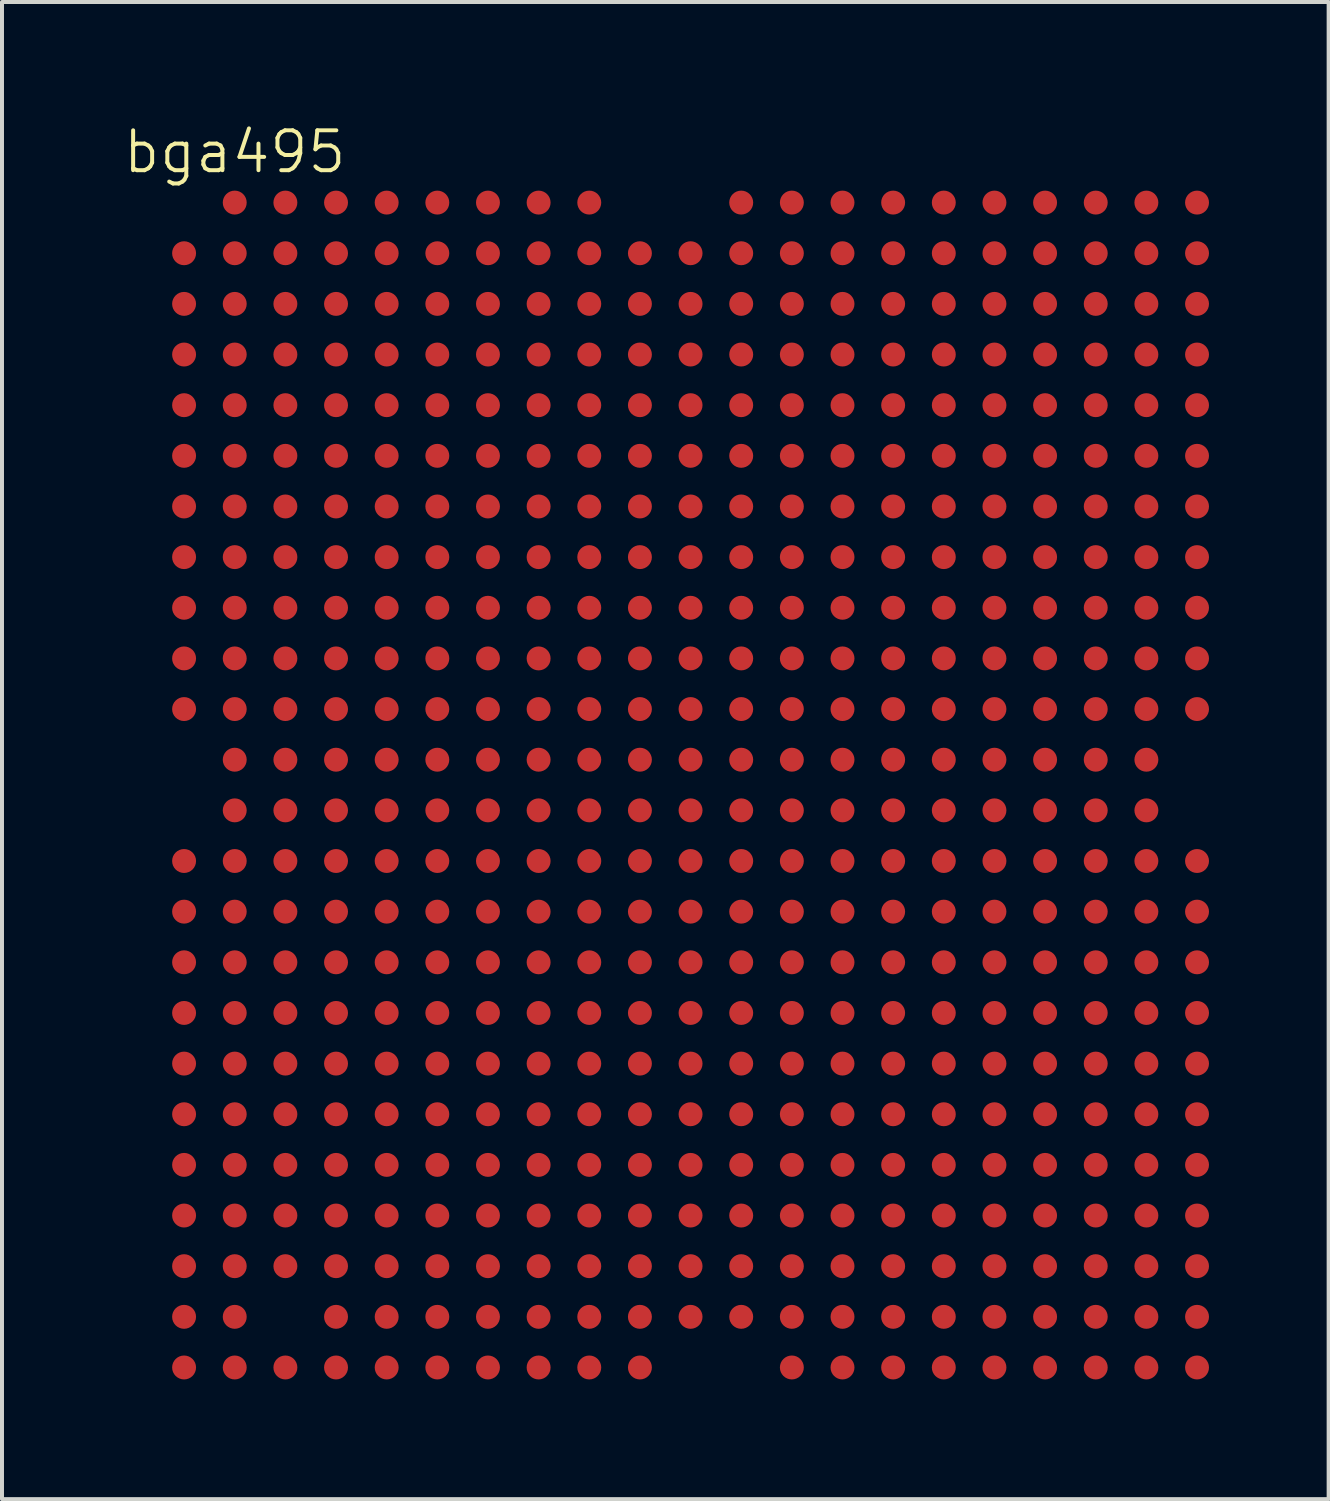
<source format=kicad_pcb>
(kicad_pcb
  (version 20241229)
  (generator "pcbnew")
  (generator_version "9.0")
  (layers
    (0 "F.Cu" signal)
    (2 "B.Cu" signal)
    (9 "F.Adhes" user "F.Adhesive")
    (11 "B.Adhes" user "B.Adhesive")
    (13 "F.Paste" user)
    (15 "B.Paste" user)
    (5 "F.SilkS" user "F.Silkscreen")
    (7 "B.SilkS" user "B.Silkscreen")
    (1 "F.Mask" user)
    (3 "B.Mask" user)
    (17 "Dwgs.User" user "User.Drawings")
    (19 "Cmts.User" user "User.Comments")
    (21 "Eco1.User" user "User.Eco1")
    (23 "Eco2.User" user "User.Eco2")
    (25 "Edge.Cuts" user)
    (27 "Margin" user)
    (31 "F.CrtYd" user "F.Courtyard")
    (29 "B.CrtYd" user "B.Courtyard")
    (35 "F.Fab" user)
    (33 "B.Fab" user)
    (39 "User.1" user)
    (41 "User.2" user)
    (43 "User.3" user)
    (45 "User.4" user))
  (footprint "bga495"
    (layer "F.Cu")
    (at 1.566 2.03)
    (property "Reference" "bga495" (at 1.27 -1.27 0) (unlocked yes) (layer "F.SilkS") (effects (font (size 1 1) (thickness 0.1))))
    (attr smd)
    (pad "A3" smd circle (at 2.54 12.7 90) (size 0.6 0.6) (layers "F.Cu" "F.Mask" "F.Paste"))
    (pad "A4" smd circle (at 2.54 11.43 90) (size 0.6 0.6) (layers "F.Cu" "F.Mask" "F.Paste"))
    (pad "A5" smd circle (at 1.27 10.16 90) (size 0.6 0.6) (layers "F.Cu" "F.Mask" "F.Paste"))
    (pad "A6" smd circle (at 3.81 12.7 90) (size 0.6 0.6) (layers "F.Cu" "F.Mask" "F.Paste"))
    (pad "A7" smd circle (at 0 12.7 90) (size 0.6 0.6) (layers "F.Cu" "F.Mask" "F.Paste"))
    (pad "A8" smd circle (at 5.08 11.43 90) (size 0.6 0.6) (layers "F.Cu" "F.Mask" "F.Paste"))
    (pad "A9" smd circle (at 0 11.43 90) (size 0.6 0.6) (layers "F.Cu" "F.Mask" "F.Paste"))
    (pad "A10" smd circle (at 0 10.16 90) (size 0.6 0.6) (layers "F.Cu" "F.Mask" "F.Paste"))
    (pad "A11" smd circle (at 2.54 10.16 90) (size 0.6 0.6) (layers "F.Cu" "F.Mask" "F.Paste"))
    (pad "A12" smd circle (at 3.81 11.43 90) (size 0.6 0.6) (layers "F.Cu" "F.Mask" "F.Paste"))
    (pad "A13" smd circle (at 0 7.62 90) (size 0.6 0.6) (layers "F.Cu" "F.Mask" "F.Paste"))
    (pad "A14" smd circle (at 0 8.89 90) (size 0.6 0.6) (layers "F.Cu" "F.Mask" "F.Paste"))
    (pad "A15" smd circle (at 3.81 5.08 90) (size 0.6 0.6) (layers "F.Cu" "F.Mask" "F.Paste"))
    (pad "A16" smd circle (at 0 6.35 90) (size 0.6 0.6) (layers "F.Cu" "F.Mask" "F.Paste"))
    (pad "A17" smd circle (at 3.81 6.35 90) (size 0.6 0.6) (layers "F.Cu" "F.Mask" "F.Paste"))
    (pad "A18" smd circle (at 1.27 6.35 90) (size 0.6 0.6) (layers "F.Cu" "F.Mask" "F.Paste"))
    (pad "A19" smd circle (at 0 5.08 90) (size 0.6 0.6) (layers "F.Cu" "F.Mask" "F.Paste"))
    (pad "A20" smd circle (at 3.81 2.54 90) (size 0.6 0.6) (layers "F.Cu" "F.Mask" "F.Paste"))
    (pad "A20M" smd circle (at 11.43 29.21 90) (size 0.6 0.6) (layers "F.Cu" "F.Mask" "F.Paste"))
    (pad "A21" smd circle (at 2.54 3.81 90) (size 0.6 0.6) (layers "F.Cu" "F.Mask" "F.Paste"))
    (pad "A22" smd circle (at 0 3.81 90) (size 0.6 0.6) (layers "F.Cu" "F.Mask" "F.Paste"))
    (pad "A23" smd circle (at 1.27 5.08 90) (size 0.6 0.6) (layers "F.Cu" "F.Mask" "F.Paste"))
    (pad "A24" smd circle (at 5.08 3.81 90) (size 0.6 0.6) (layers "F.Cu" "F.Mask" "F.Paste"))
    (pad "A25" smd circle (at 3.81 3.81 90) (size 0.6 0.6) (layers "F.Cu" "F.Mask" "F.Paste"))
    (pad "A26" smd circle (at 2.54 2.54 90) (size 0.6 0.6) (layers "F.Cu" "F.Mask" "F.Paste"))
    (pad "A27" smd circle (at 0 2.54 90) (size 0.6 0.6) (layers "F.Cu" "F.Mask" "F.Paste"))
    (pad "A28" smd circle (at 2.54 1.27 90) (size 0.6 0.6) (layers "F.Cu" "F.Mask" "F.Paste"))
    (pad "A29" smd circle (at 2.54 0 90) (size 0.6 0.6) (layers "F.Cu" "F.Mask" "F.Paste"))
    (pad "A30" smd circle (at 1.27 1.27 90) (size 0.6 0.6) (layers "F.Cu" "F.Mask" "F.Paste"))
    (pad "A31" smd circle (at 1.27 2.54 90) (size 0.6 0.6) (layers "F.Cu" "F.Mask" "F.Paste"))
    (pad "A32" smd circle (at 3.81 0 90) (size 0.6 0.6) (layers "F.Cu" "F.Mask" "F.Paste"))
    (pad "A33" smd circle (at 5.08 0 90) (size 0.6 0.6) (layers "F.Cu" "F.Mask" "F.Paste"))
    (pad "A34" smd circle (at 3.81 1.27 90) (size 0.6 0.6) (layers "F.Cu" "F.Mask" "F.Paste"))
    (pad "A35" smd circle (at 5.08 2.54 90) (size 0.6 0.6) (layers "F.Cu" "F.Mask" "F.Paste"))
    (pad "ADS" smd circle (at 1.27 26.67 90) (size 0.6 0.6) (layers "F.Cu" "F.Mask" "F.Paste"))
    (pad "AERR" smd circle (at 0 25.4 90) (size 0.6 0.6) (layers "F.Cu" "F.Mask" "F.Paste"))
    (pad "AP0" smd circle (at 0 26.67 90) (size 0.6 0.6) (layers "F.Cu" "F.Mask" "F.Paste"))
    (pad "AP1" smd circle (at 1.27 24.13 90) (size 0.6 0.6) (layers "F.Cu" "F.Mask" "F.Paste"))
    (pad "BCLK" smd circle (at 2.54 13.97 90) (size 0.6 0.6) (layers "F.Cu" "F.Mask" "F.Paste"))
    (pad "BERR" smd circle (at 6.35 5.08 90) (size 0.6 0.6) (layers "F.Cu" "F.Mask" "F.Paste"))
    (pad "BINIT" smd circle (at 25.4 21.59 90) (size 0.6 0.6) (layers "F.Cu" "F.Mask" "F.Paste"))
    (pad "BNR" smd circle (at 3.81 19.05 90) (size 0.6 0.6) (layers "F.Cu" "F.Mask" "F.Paste"))
    (pad "BP2" smd circle (at 25.4 25.4 90) (size 0.6 0.6) (layers "F.Cu" "F.Mask" "F.Paste"))
    (pad "BP3" smd circle (at 25.4 24.13 90) (size 0.6 0.6) (layers "F.Cu" "F.Mask" "F.Paste"))
    (pad "BPM0" smd circle (at 25.4 22.86 90) (size 0.6 0.6) (layers "F.Cu" "F.Mask" "F.Paste"))
    (pad "BPM1" smd circle (at 22.86 22.86 90) (size 0.6 0.6) (layers "F.Cu" "F.Mask" "F.Paste"))
    (pad "BPRI" smd circle (at 3.81 20.32 90) (size 0.6 0.6) (layers "F.Cu" "F.Mask" "F.Paste"))
    (pad "BREQ0" smd circle (at 6.35 2.54 90) (size 0.6 0.6) (layers "F.Cu" "F.Mask" "F.Paste"))
    (pad "BSEL0" smd circle (at 13.97 25.4 90) (size 0.6 0.6) (layers "F.Cu" "F.Mask" "F.Paste"))
    (pad "BSEL1" smd circle (at 17.78 26.67 90) (size 0.6 0.6) (layers "F.Cu" "F.Mask" "F.Paste"))
    (pad "CLKREF" smd circle (at 1.27 16.51 90) (size 0.6 0.6) (layers "F.Cu" "F.Mask" "F.Paste"))
    (pad "CMOSREF" smd circle (at 10.16 25.4 90) (size 0.6 0.6) (layers "F.Cu" "F.Mask" "F.Paste"))
    (pad "CMOSREF" smd circle (at 21.59 29.21 90) (size 0.6 0.6) (layers "F.Cu" "F.Mask" "F.Paste"))
    (pad "D0" smd circle (at 11.43 3.81 90) (size 0.6 0.6) (layers "F.Cu" "F.Mask" "F.Paste"))
    (pad "D1" smd circle (at 12.7 3.81 90) (size 0.6 0.6) (layers "F.Cu" "F.Mask" "F.Paste"))
    (pad "D2" smd circle (at 7.62 2.54 90) (size 0.6 0.6) (layers "F.Cu" "F.Mask" "F.Paste"))
    (pad "D3" smd circle (at 8.89 2.54 90) (size 0.6 0.6) (layers "F.Cu" "F.Mask" "F.Paste"))
    (pad "D4" smd circle (at 10.16 1.27 90) (size 0.6 0.6) (layers "F.Cu" "F.Mask" "F.Paste"))
    (pad "D5" smd circle (at 10.16 0 90) (size 0.6 0.6) (layers "F.Cu" "F.Mask" "F.Paste"))
    (pad "D6" smd circle (at 11.43 2.54 90) (size 0.6 0.6) (layers "F.Cu" "F.Mask" "F.Paste"))
    (pad "D7" smd circle (at 12.7 1.27 90) (size 0.6 0.6) (layers "F.Cu" "F.Mask" "F.Paste"))
    (pad "D8" smd circle (at 13.97 2.54 90) (size 0.6 0.6) (layers "F.Cu" "F.Mask" "F.Paste"))
    (pad "D9" smd circle (at 15.24 1.27 90) (size 0.6 0.6) (layers "F.Cu" "F.Mask" "F.Paste"))
    (pad "D10" smd circle (at 16.51 0 90) (size 0.6 0.6) (layers "F.Cu" "F.Mask" "F.Paste"))
    (pad "D11" smd circle (at 13.97 1.27 90) (size 0.6 0.6) (layers "F.Cu" "F.Mask" "F.Paste"))
    (pad "D12" smd circle (at 13.97 5.08 90) (size 0.6 0.6) (layers "F.Cu" "F.Mask" "F.Paste"))
    (pad "D13" smd circle (at 19.05 1.27 90) (size 0.6 0.6) (layers "F.Cu" "F.Mask" "F.Paste"))
    (pad "D14" smd circle (at 15.24 0 90) (size 0.6 0.6) (layers "F.Cu" "F.Mask" "F.Paste"))
    (pad "D15" smd circle (at 15.24 3.81 90) (size 0.6 0.6) (layers "F.Cu" "F.Mask" "F.Paste"))
    (pad "D16" smd circle (at 17.78 3.81 90) (size 0.6 0.6) (layers "F.Cu" "F.Mask" "F.Paste"))
    (pad "D17" smd circle (at 13.97 3.81 90) (size 0.6 0.6) (layers "F.Cu" "F.Mask" "F.Paste"))
    (pad "D18" smd circle (at 16.51 1.27 90) (size 0.6 0.6) (layers "F.Cu" "F.Mask" "F.Paste"))
    (pad "D19" smd circle (at 16.51 5.08 90) (size 0.6 0.6) (layers "F.Cu" "F.Mask" "F.Paste"))
    (pad "D20" smd circle (at 15.24 2.54 90) (size 0.6 0.6) (layers "F.Cu" "F.Mask" "F.Paste"))
    (pad "D21" smd circle (at 22.86 0 90) (size 0.6 0.6) (layers "F.Cu" "F.Mask" "F.Paste"))
    (pad "D22" smd circle (at 20.32 1.27 90) (size 0.6 0.6) (layers "F.Cu" "F.Mask" "F.Paste"))
    (pad "D23" smd circle (at 21.59 0 90) (size 0.6 0.6) (layers "F.Cu" "F.Mask" "F.Paste"))
    (pad "D24" smd circle (at 20.32 2.54 90) (size 0.6 0.6) (layers "F.Cu" "F.Mask" "F.Paste"))
    (pad "D25" smd circle (at 20.32 3.81 90) (size 0.6 0.6) (layers "F.Cu" "F.Mask" "F.Paste"))
    (pad "D26" smd circle (at 21.59 2.54 90) (size 0.6 0.6) (layers "F.Cu" "F.Mask" "F.Paste"))
    (pad "D27" smd circle (at 22.86 1.27 90) (size 0.6 0.6) (layers "F.Cu" "F.Mask" "F.Paste"))
    (pad "D28" smd circle (at 21.59 3.81 90) (size 0.6 0.6) (layers "F.Cu" "F.Mask" "F.Paste"))
    (pad "D29" smd circle (at 24.13 1.27 90) (size 0.6 0.6) (layers "F.Cu" "F.Mask" "F.Paste"))
    (pad "D30" smd circle (at 24.13 0 90) (size 0.6 0.6) (layers "F.Cu" "F.Mask" "F.Paste"))
    (pad "D31" smd circle (at 25.4 1.27 90) (size 0.6 0.6) (layers "F.Cu" "F.Mask" "F.Paste"))
    (pad "D32" smd circle (at 22.86 3.81 90) (size 0.6 0.6) (layers "F.Cu" "F.Mask" "F.Paste"))
    (pad "D33" smd circle (at 25.4 2.54 90) (size 0.6 0.6) (layers "F.Cu" "F.Mask" "F.Paste"))
    (pad "D34" smd circle (at 21.59 5.08 90) (size 0.6 0.6) (layers "F.Cu" "F.Mask" "F.Paste"))
    (pad "D35" smd circle (at 24.13 2.54 90) (size 0.6 0.6) (layers "F.Cu" "F.Mask" "F.Paste"))
    (pad "D36" smd circle (at 22.86 6.35 90) (size 0.6 0.6) (layers "F.Cu" "F.Mask" "F.Paste"))
    (pad "D37" smd circle (at 24.13 3.81 90) (size 0.6 0.6) (layers "F.Cu" "F.Mask" "F.Paste"))
    (pad "D38" smd circle (at 25.4 3.81 90) (size 0.6 0.6) (layers "F.Cu" "F.Mask" "F.Paste"))
    (pad "D39" smd circle (at 21.59 8.89 90) (size 0.6 0.6) (layers "F.Cu" "F.Mask" "F.Paste"))
    (pad "D40" smd circle (at 21.59 6.35 90) (size 0.6 0.6) (layers "F.Cu" "F.Mask" "F.Paste"))
    (pad "D41" smd circle (at 21.59 10.16 90) (size 0.6 0.6) (layers "F.Cu" "F.Mask" "F.Paste"))
    (pad "D42" smd circle (at 25.4 6.35 90) (size 0.6 0.6) (layers "F.Cu" "F.Mask" "F.Paste"))
    (pad "D43" smd circle (at 24.13 5.08 90) (size 0.6 0.6) (layers "F.Cu" "F.Mask" "F.Paste"))
    (pad "D44" smd circle (at 22.86 8.89 90) (size 0.6 0.6) (layers "F.Cu" "F.Mask" "F.Paste"))
    (pad "D45" smd circle (at 25.4 5.08 90) (size 0.6 0.6) (layers "F.Cu" "F.Mask" "F.Paste"))
    (pad "D46" smd circle (at 24.13 10.16 90) (size 0.6 0.6) (layers "F.Cu" "F.Mask" "F.Paste"))
    (pad "D47" smd circle (at 25.4 8.89 90) (size 0.6 0.6) (layers "F.Cu" "F.Mask" "F.Paste"))
    (pad "D48" smd circle (at 21.59 12.7 90) (size 0.6 0.6) (layers "F.Cu" "F.Mask" "F.Paste"))
    (pad "D49" smd circle (at 24.13 7.62 90) (size 0.6 0.6) (layers "F.Cu" "F.Mask" "F.Paste"))
    (pad "D50" smd circle (at 21.59 16.51 90) (size 0.6 0.6) (layers "F.Cu" "F.Mask" "F.Paste"))
    (pad "D51" smd circle (at 25.4 7.62 90) (size 0.6 0.6) (layers "F.Cu" "F.Mask" "F.Paste"))
    (pad "D52" smd circle (at 21.59 11.43 90) (size 0.6 0.6) (layers "F.Cu" "F.Mask" "F.Paste"))
    (pad "D53" smd circle (at 25.4 11.43 90) (size 0.6 0.6) (layers "F.Cu" "F.Mask" "F.Paste"))
    (pad "D54" smd circle (at 21.59 13.97 90) (size 0.6 0.6) (layers "F.Cu" "F.Mask" "F.Paste"))
    (pad "D55" smd circle (at 25.4 12.7 90) (size 0.6 0.6) (layers "F.Cu" "F.Mask" "F.Paste"))
    (pad "D56" smd circle (at 22.86 17.78 90) (size 0.6 0.6) (layers "F.Cu" "F.Mask" "F.Paste"))
    (pad "D57" smd circle (at 22.86 11.43 90) (size 0.6 0.6) (layers "F.Cu" "F.Mask" "F.Paste"))
    (pad "D58" smd circle (at 24.13 19.05 90) (size 0.6 0.6) (layers "F.Cu" "F.Mask" "F.Paste"))
    (pad "D59" smd circle (at 25.4 10.16 90) (size 0.6 0.6) (layers "F.Cu" "F.Mask" "F.Paste"))
    (pad "D60" smd circle (at 24.13 12.7 90) (size 0.6 0.6) (layers "F.Cu" "F.Mask" "F.Paste"))
    (pad "D61" smd circle (at 22.86 13.97 90) (size 0.6 0.6) (layers "F.Cu" "F.Mask" "F.Paste"))
    (pad "D62" smd circle (at 21.59 20.32 90) (size 0.6 0.6) (layers "F.Cu" "F.Mask" "F.Paste"))
    (pad "D63" smd circle (at 21.59 17.78 90) (size 0.6 0.6) (layers "F.Cu" "F.Mask" "F.Paste"))
    (pad "DBSY" smd circle (at 2.54 25.4 90) (size 0.6 0.6) (layers "F.Cu" "F.Mask" "F.Paste"))
    (pad "DEFER" smd circle (at 2.54 20.32 90) (size 0.6 0.6) (layers "F.Cu" "F.Mask" "F.Paste"))
    (pad "DEP0" smd circle (at 24.13 21.59 90) (size 0.6 0.6) (layers "F.Cu" "F.Mask" "F.Paste"))
    (pad "DEP1" smd circle (at 25.4 19.05 90) (size 0.6 0.6) (layers "F.Cu" "F.Mask" "F.Paste"))
    (pad "DEP2" smd circle (at 25.4 20.32 90) (size 0.6 0.6) (layers "F.Cu" "F.Mask" "F.Paste"))
    (pad "DEP3" smd circle (at 25.4 17.78 90) (size 0.6 0.6) (layers "F.Cu" "F.Mask" "F.Paste"))
    (pad "DEP4" smd circle (at 21.59 21.59 90) (size 0.6 0.6) (layers "F.Cu" "F.Mask" "F.Paste"))
    (pad "DEP5" smd circle (at 25.4 16.51 90) (size 0.6 0.6) (layers "F.Cu" "F.Mask" "F.Paste"))
    (pad "DEP6" smd circle (at 24.13 16.51 90) (size 0.6 0.6) (layers "F.Cu" "F.Mask" "F.Paste"))
    (pad "DEP7" smd circle (at 22.86 20.32 90) (size 0.6 0.6) (layers "F.Cu" "F.Mask" "F.Paste"))
    (pad "DRDY" smd circle (at 0 19.05 90) (size 0.6 0.6) (layers "F.Cu" "F.Mask" "F.Paste"))
    (pad "EDGECTRL" smd circle (at 19.05 25.4 90) (size 0.6 0.6) (layers "F.Cu" "F.Mask" "F.Paste"))
    (pad "FERR" smd circle (at 13.97 27.94 90) (size 0.6 0.6) (layers "F.Cu" "F.Mask" "F.Paste"))
    (pad "FLUSH" smd circle (at 10.16 27.94 90) (size 0.6 0.6) (layers "F.Cu" "F.Mask" "F.Paste"))
    (pad "GHI" smd circle (at 1.27 17.78 90) (size 0.6 0.6) (layers "F.Cu" "F.Mask" "F.Paste"))
    (pad "HIT" smd circle (at 0 21.59 90) (size 0.6 0.6) (layers "F.Cu" "F.Mask" "F.Paste"))
    (pad "HITM" smd circle (at 3.81 24.13 90) (size 0.6 0.6) (layers "F.Cu" "F.Mask" "F.Paste"))
    (pad "IERR" smd circle (at 10.16 29.21 90) (size 0.6 0.6) (layers "F.Cu" "F.Mask" "F.Paste"))
    (pad "IGNNE" smd circle (at 15.24 27.94 90) (size 0.6 0.6) (layers "F.Cu" "F.Mask" "F.Paste"))
    (pad "INIT" smd circle (at 11.43 25.4 90) (size 0.6 0.6) (layers "F.Cu" "F.Mask" "F.Paste"))
    (pad "LINT0" smd circle (at 21.59 26.67 90) (size 0.6 0.6) (layers "F.Cu" "F.Mask" "F.Paste"))
    (pad "LINT1" smd circle (at 22.86 27.94 90) (size 0.6 0.6) (layers "F.Cu" "F.Mask" "F.Paste"))
    (pad "LOCK" smd circle (at 0 17.78 90) (size 0.6 0.6) (layers "F.Cu" "F.Mask" "F.Paste"))
    (pad "NC" smd circle (at 1.27 7.62 90) (size 0.6 0.6) (layers "F.Cu" "F.Mask" "F.Paste"))
    (pad "NC" smd circle (at 2.54 8.89 90) (size 0.6 0.6) (layers "F.Cu" "F.Mask" "F.Paste"))
    (pad "NC" smd circle (at 2.54 16.51 90) (size 0.6 0.6) (layers "F.Cu" "F.Mask" "F.Paste"))
    (pad "NC" smd circle (at 3.81 13.97 90) (size 0.6 0.6) (layers "F.Cu" "F.Mask" "F.Paste"))
    (pad "NC" smd circle (at 3.81 16.51 90) (size 0.6 0.6) (layers "F.Cu" "F.Mask" "F.Paste"))
    (pad "NC" smd circle (at 5.08 7.62 90) (size 0.6 0.6) (layers "F.Cu" "F.Mask" "F.Paste"))
    (pad "NC" smd circle (at 5.08 8.89 90) (size 0.6 0.6) (layers "F.Cu" "F.Mask" "F.Paste"))
    (pad "NC" smd circle (at 5.08 10.16 90) (size 0.6 0.6) (layers "F.Cu" "F.Mask" "F.Paste"))
    (pad "NC" smd circle (at 5.08 13.97 90) (size 0.6 0.6) (layers "F.Cu" "F.Mask" "F.Paste"))
    (pad "NC" smd circle (at 5.08 25.4 90) (size 0.6 0.6) (layers "F.Cu" "F.Mask" "F.Paste"))
    (pad "NC" smd circle (at 8.89 3.81 90) (size 0.6 0.6) (layers "F.Cu" "F.Mask" "F.Paste"))
    (pad "NC" smd circle (at 16.51 2.54 90) (size 0.6 0.6) (layers "F.Cu" "F.Mask" "F.Paste"))
    (pad "NC" smd circle (at 16.51 3.81 90) (size 0.6 0.6) (layers "F.Cu" "F.Mask" "F.Paste"))
    (pad "NC" smd circle (at 17.78 0 90) (size 0.6 0.6) (layers "F.Cu" "F.Mask" "F.Paste"))
    (pad "NC" smd circle (at 17.78 5.08 90) (size 0.6 0.6) (layers "F.Cu" "F.Mask" "F.Paste"))
    (pad "NC" smd circle (at 17.78 29.21 90) (size 0.6 0.6) (layers "F.Cu" "F.Mask" "F.Paste"))
    (pad "NC" smd circle (at 19.05 0 90) (size 0.6 0.6) (layers "F.Cu" "F.Mask" "F.Paste"))
    (pad "NC" smd circle (at 19.05 3.81 90) (size 0.6 0.6) (layers "F.Cu" "F.Mask" "F.Paste"))
    (pad "NC" smd circle (at 20.32 0 90) (size 0.6 0.6) (layers "F.Cu" "F.Mask" "F.Paste"))
    (pad "NC" smd circle (at 20.32 27.94 90) (size 0.6 0.6) (layers "F.Cu" "F.Mask" "F.Paste"))
    (pad "NC" smd circle (at 21.59 7.62 90) (size 0.6 0.6) (layers "F.Cu" "F.Mask" "F.Paste"))
    (pad "NC" smd circle (at 22.86 25.4 90) (size 0.6 0.6) (layers "F.Cu" "F.Mask" "F.Paste"))
    (pad "NC" smd circle (at 24.13 27.94 90) (size 0.6 0.6) (layers "F.Cu" "F.Mask" "F.Paste"))
    (pad "PICCLK" smd circle (at 21.59 25.4 90) (size 0.6 0.6) (layers "F.Cu" "F.Mask" "F.Paste"))
    (pad "PICD0" smd circle (at 25.4 26.67 90) (size 0.6 0.6) (layers "F.Cu" "F.Mask" "F.Paste"))
    (pad "PICD1" smd circle (at 24.13 24.13 90) (size 0.6 0.6) (layers "F.Cu" "F.Mask" "F.Paste"))
    (pad "PLL1" smd circle (at 1.27 12.7 90) (size 0.6 0.6) (layers "F.Cu" "F.Mask" "F.Paste"))
    (pad "PLL2" smd circle (at 1.27 13.97 90) (size 0.6 0.6) (layers "F.Cu" "F.Mask" "F.Paste"))
    (pad "PRDY" smd circle (at 24.13 22.86 90) (size 0.6 0.6) (layers "F.Cu" "F.Mask" "F.Paste"))
    (pad "PREQ" smd circle (at 24.13 26.67 90) (size 0.6 0.6) (layers "F.Cu" "F.Mask" "F.Paste"))
    (pad "PWRGD" smd circle (at 5.08 21.59 90) (size 0.6 0.6) (layers "F.Cu" "F.Mask" "F.Paste"))
    (pad "REQ0" smd circle (at 1.27 19.05 90) (size 0.6 0.6) (layers "F.Cu" "F.Mask" "F.Paste"))
    (pad "REQ1" smd circle (at 3.81 21.59 90) (size 0.6 0.6) (layers "F.Cu" "F.Mask" "F.Paste"))
    (pad "REQ2" smd circle (at 1.27 21.59 90) (size 0.6 0.6) (layers "F.Cu" "F.Mask" "F.Paste"))
    (pad "REQ3" smd circle (at 2.54 22.86 90) (size 0.6 0.6) (layers "F.Cu" "F.Mask" "F.Paste"))
    (pad "REQ4" smd circle (at 5.08 22.86 90) (size 0.6 0.6) (layers "F.Cu" "F.Mask" "F.Paste"))
    (pad "RESET" smd circle (at 6.35 0 90) (size 0.6 0.6) (layers "F.Cu" "F.Mask" "F.Paste"))
    (pad "RP" smd circle (at 1.27 22.86 90) (size 0.6 0.6) (layers "F.Cu" "F.Mask" "F.Paste"))
    (pad "RS0" smd circle (at 0 20.32 90) (size 0.6 0.6) (layers "F.Cu" "F.Mask" "F.Paste"))
    (pad "RS1" smd circle (at 1.27 25.4 90) (size 0.6 0.6) (layers "F.Cu" "F.Mask" "F.Paste"))
    (pad "RS2" smd circle (at 0 22.86 90) (size 0.6 0.6) (layers "F.Cu" "F.Mask" "F.Paste"))
    (pad "RSP" smd circle (at 0 24.13 90) (size 0.6 0.6) (layers "F.Cu" "F.Mask" "F.Paste"))
    (pad "RSVD" smd circle (at 22.86 26.67 90) (size 0.6 0.6) (layers "F.Cu" "F.Mask" "F.Paste"))
    (pad "RTTIMPEDP" smd circle (at 22.86 29.21 90) (size 0.6 0.6) (layers "F.Cu" "F.Mask" "F.Paste"))
    (pad "SLP" smd circle (at 13.97 26.67 90) (size 0.6 0.6) (layers "F.Cu" "F.Mask" "F.Paste"))
    (pad "SMI" smd circle (at 11.43 26.67 90) (size 0.6 0.6) (layers "F.Cu" "F.Mask" "F.Paste"))
    (pad "STPCLK" smd circle (at 12.7 27.94 90) (size 0.6 0.6) (layers "F.Cu" "F.Mask" "F.Paste"))
    (pad "TCK" smd circle (at 12.7 25.4 90) (size 0.6 0.6) (layers "F.Cu" "F.Mask" "F.Paste"))
    (pad "TDI" smd circle (at 15.24 29.21 90) (size 0.6 0.6) (layers "F.Cu" "F.Mask" "F.Paste"))
    (pad "TDO" smd circle (at 17.78 27.94 90) (size 0.6 0.6) (layers "F.Cu" "F.Mask" "F.Paste"))
    (pad "TESTHI" smd circle (at 20.32 29.21 90) (size 0.6 0.6) (layers "F.Cu" "F.Mask" "F.Paste"))
    (pad "TESTLO1" smd circle (at 5.08 24.13 90) (size 0.6 0.6) (layers "F.Cu" "F.Mask" "F.Paste"))
    (pad "TESTLO2" smd circle (at 5.08 15.24 90) (size 0.6 0.6) (layers "F.Cu" "F.Mask" "F.Paste"))
    (pad "TESTP" smd circle (at 3.81 7.62 90) (size 0.6 0.6) (layers "F.Cu" "F.Mask" "F.Paste"))
    (pad "TESTP" smd circle (at 3.81 8.89 90) (size 0.6 0.6) (layers "F.Cu" "F.Mask" "F.Paste"))
    (pad "TESTP" smd circle (at 20.32 25.4 90) (size 0.6 0.6) (layers "F.Cu" "F.Mask" "F.Paste"))
    (pad "TESTP" smd circle (at 24.13 29.21 90) (size 0.6 0.6) (layers "F.Cu" "F.Mask" "F.Paste"))
    (pad "THERMDA" smd circle (at 17.78 25.4 90) (size 0.6 0.6) (layers "F.Cu" "F.Mask" "F.Paste"))
    (pad "THERMDC" smd circle (at 19.05 26.67 90) (size 0.6 0.6) (layers "F.Cu" "F.Mask" "F.Paste"))
    (pad "TMS" smd circle (at 16.51 29.21 90) (size 0.6 0.6) (layers "F.Cu" "F.Mask" "F.Paste"))
    (pad "TRDY" smd circle (at 1.27 20.32 90) (size 0.6 0.6) (layers "F.Cu" "F.Mask" "F.Paste"))
    (pad "TRST" smd circle (at 16.51 25.4 90) (size 0.6 0.6) (layers "F.Cu" "F.Mask" "F.Paste"))
    (pad "VCC" smd circle (at 7.62 10.16 90) (size 0.6 0.6) (layers "F.Cu" "F.Mask" "F.Paste"))
    (pad "VCC" smd circle (at 7.62 12.7 90) (size 0.6 0.6) (layers "F.Cu" "F.Mask" "F.Paste"))
    (pad "VCC" smd circle (at 7.62 15.24 90) (size 0.6 0.6) (layers "F.Cu" "F.Mask" "F.Paste"))
    (pad "VCC" smd circle (at 7.62 17.78 90) (size 0.6 0.6) (layers "F.Cu" "F.Mask" "F.Paste"))
    (pad "VCC" smd circle (at 7.62 20.32 90) (size 0.6 0.6) (layers "F.Cu" "F.Mask" "F.Paste"))
    (pad "VCC" smd circle (at 8.89 8.89 90) (size 0.6 0.6) (layers "F.Cu" "F.Mask" "F.Paste"))
    (pad "VCC" smd circle (at 8.89 11.43 90) (size 0.6 0.6) (layers "F.Cu" "F.Mask" "F.Paste"))
    (pad "VCC" smd circle (at 8.89 13.97 90) (size 0.6 0.6) (layers "F.Cu" "F.Mask" "F.Paste"))
    (pad "VCC" smd circle (at 8.89 16.51 90) (size 0.6 0.6) (layers "F.Cu" "F.Mask" "F.Paste"))
    (pad "VCC" smd circle (at 8.89 19.05 90) (size 0.6 0.6) (layers "F.Cu" "F.Mask" "F.Paste"))
    (pad "VCC" smd circle (at 10.16 10.16 90) (size 0.6 0.6) (layers "F.Cu" "F.Mask" "F.Paste"))
    (pad "VCC" smd circle (at 10.16 12.7 90) (size 0.6 0.6) (layers "F.Cu" "F.Mask" "F.Paste"))
    (pad "VCC" smd circle (at 10.16 15.24 90) (size 0.6 0.6) (layers "F.Cu" "F.Mask" "F.Paste"))
    (pad "VCC" smd circle (at 10.16 17.78 90) (size 0.6 0.6) (layers "F.Cu" "F.Mask" "F.Paste"))
    (pad "VCC" smd circle (at 10.16 20.32 90) (size 0.6 0.6) (layers "F.Cu" "F.Mask" "F.Paste"))
    (pad "VCC" smd circle (at 11.43 8.89 90) (size 0.6 0.6) (layers "F.Cu" "F.Mask" "F.Paste"))
    (pad "VCC" smd circle (at 11.43 11.43 90) (size 0.6 0.6) (layers "F.Cu" "F.Mask" "F.Paste"))
    (pad "VCC" smd circle (at 11.43 13.97 90) (size 0.6 0.6) (layers "F.Cu" "F.Mask" "F.Paste"))
    (pad "VCC" smd circle (at 11.43 16.51 90) (size 0.6 0.6) (layers "F.Cu" "F.Mask" "F.Paste"))
    (pad "VCC" smd circle (at 11.43 19.05 90) (size 0.6 0.6) (layers "F.Cu" "F.Mask" "F.Paste"))
    (pad "VCC" smd circle (at 12.7 10.16 90) (size 0.6 0.6) (layers "F.Cu" "F.Mask" "F.Paste"))
    (pad "VCC" smd circle (at 12.7 12.7 90) (size 0.6 0.6) (layers "F.Cu" "F.Mask" "F.Paste"))
    (pad "VCC" smd circle (at 12.7 15.24 90) (size 0.6 0.6) (layers "F.Cu" "F.Mask" "F.Paste"))
    (pad "VCC" smd circle (at 12.7 17.78 90) (size 0.6 0.6) (layers "F.Cu" "F.Mask" "F.Paste"))
    (pad "VCC" smd circle (at 12.7 20.32 90) (size 0.6 0.6) (layers "F.Cu" "F.Mask" "F.Paste"))
    (pad "VCC" smd circle (at 13.97 8.89 90) (size 0.6 0.6) (layers "F.Cu" "F.Mask" "F.Paste"))
    (pad "VCC" smd circle (at 13.97 11.43 90) (size 0.6 0.6) (layers "F.Cu" "F.Mask" "F.Paste"))
    (pad "VCC" smd circle (at 13.97 13.97 90) (size 0.6 0.6) (layers "F.Cu" "F.Mask" "F.Paste"))
    (pad "VCC" smd circle (at 13.97 16.51 90) (size 0.6 0.6) (layers "F.Cu" "F.Mask" "F.Paste"))
    (pad "VCC" smd circle (at 13.97 19.05 90) (size 0.6 0.6) (layers "F.Cu" "F.Mask" "F.Paste"))
    (pad "VCC" smd circle (at 15.24 10.16 90) (size 0.6 0.6) (layers "F.Cu" "F.Mask" "F.Paste"))
    (pad "VCC" smd circle (at 15.24 12.7 90) (size 0.6 0.6) (layers "F.Cu" "F.Mask" "F.Paste"))
    (pad "VCC" smd circle (at 15.24 15.24 90) (size 0.6 0.6) (layers "F.Cu" "F.Mask" "F.Paste"))
    (pad "VCC" smd circle (at 15.24 17.78 90) (size 0.6 0.6) (layers "F.Cu" "F.Mask" "F.Paste"))
    (pad "VCC" smd circle (at 15.24 20.32 90) (size 0.6 0.6) (layers "F.Cu" "F.Mask" "F.Paste"))
    (pad "VCC" smd circle (at 16.51 8.89 90) (size 0.6 0.6) (layers "F.Cu" "F.Mask" "F.Paste"))
    (pad "VCC" smd circle (at 16.51 11.43 90) (size 0.6 0.6) (layers "F.Cu" "F.Mask" "F.Paste"))
    (pad "VCC" smd circle (at 16.51 13.97 90) (size 0.6 0.6) (layers "F.Cu" "F.Mask" "F.Paste"))
    (pad "VCC" smd circle (at 16.51 16.51 90) (size 0.6 0.6) (layers "F.Cu" "F.Mask" "F.Paste"))
    (pad "VCC" smd circle (at 16.51 19.05 90) (size 0.6 0.6) (layers "F.Cu" "F.Mask" "F.Paste"))
    (pad "VCC" smd circle (at 17.78 10.16 90) (size 0.6 0.6) (layers "F.Cu" "F.Mask" "F.Paste"))
    (pad "VCC" smd circle (at 17.78 12.7 90) (size 0.6 0.6) (layers "F.Cu" "F.Mask" "F.Paste"))
    (pad "VCC" smd circle (at 17.78 15.24 90) (size 0.6 0.6) (layers "F.Cu" "F.Mask" "F.Paste"))
    (pad "VCC" smd circle (at 17.78 17.78 90) (size 0.6 0.6) (layers "F.Cu" "F.Mask" "F.Paste"))
    (pad "VCC" smd circle (at 17.78 20.32 90) (size 0.6 0.6) (layers "F.Cu" "F.Mask" "F.Paste"))
    (pad "VCC" smd circle (at 19.05 8.89 90) (size 0.6 0.6) (layers "F.Cu" "F.Mask" "F.Paste"))
    (pad "VCC" smd circle (at 19.05 11.43 90) (size 0.6 0.6) (layers "F.Cu" "F.Mask" "F.Paste"))
    (pad "VCC" smd circle (at 19.05 13.97 90) (size 0.6 0.6) (layers "F.Cu" "F.Mask" "F.Paste"))
    (pad "VCC" smd circle (at 19.05 16.51 90) (size 0.6 0.6) (layers "F.Cu" "F.Mask" "F.Paste"))
    (pad "VCC" smd circle (at 19.05 19.05 90) (size 0.6 0.6) (layers "F.Cu" "F.Mask" "F.Paste"))
    (pad "VCCT" smd circle (at 0 16.51 90) (size 0.6 0.6) (layers "F.Cu" "F.Mask" "F.Paste"))
    (pad "VCCT" smd circle (at 6.35 7.62 90) (size 0.6 0.6) (layers "F.Cu" "F.Mask" "F.Paste"))
    (pad "VCCT" smd circle (at 6.35 8.89 90) (size 0.6 0.6) (layers "F.Cu" "F.Mask" "F.Paste"))
    (pad "VCCT" smd circle (at 6.35 10.16 90) (size 0.6 0.6) (layers "F.Cu" "F.Mask" "F.Paste"))
    (pad "VCCT" smd circle (at 6.35 11.43 90) (size 0.6 0.6) (layers "F.Cu" "F.Mask" "F.Paste"))
    (pad "VCCT" smd circle (at 6.35 12.7 90) (size 0.6 0.6) (layers "F.Cu" "F.Mask" "F.Paste"))
    (pad "VCCT" smd circle (at 6.35 13.97 90) (size 0.6 0.6) (layers "F.Cu" "F.Mask" "F.Paste"))
    (pad "VCCT" smd circle (at 6.35 15.24 90) (size 0.6 0.6) (layers "F.Cu" "F.Mask" "F.Paste"))
    (pad "VCCT" smd circle (at 6.35 16.51 90) (size 0.6 0.6) (layers "F.Cu" "F.Mask" "F.Paste"))
    (pad "VCCT" smd circle (at 6.35 17.78 90) (size 0.6 0.6) (layers "F.Cu" "F.Mask" "F.Paste"))
    (pad "VCCT" smd circle (at 6.35 19.05 90) (size 0.6 0.6) (layers "F.Cu" "F.Mask" "F.Paste"))
    (pad "VCCT" smd circle (at 6.35 20.32 90) (size 0.6 0.6) (layers "F.Cu" "F.Mask" "F.Paste"))
    (pad "VCCT" smd circle (at 6.35 21.59 90) (size 0.6 0.6) (layers "F.Cu" "F.Mask" "F.Paste"))
    (pad "VCCT" smd circle (at 6.35 22.86 90) (size 0.6 0.6) (layers "F.Cu" "F.Mask" "F.Paste"))
    (pad "VCCT" smd circle (at 6.35 24.13 90) (size 0.6 0.6) (layers "F.Cu" "F.Mask" "F.Paste"))
    (pad "VCCT" smd circle (at 6.35 25.4 90) (size 0.6 0.6) (layers "F.Cu" "F.Mask" "F.Paste"))
    (pad "VCCT" smd circle (at 6.35 26.67 90) (size 0.6 0.6) (layers "F.Cu" "F.Mask" "F.Paste"))
    (pad "VCCT" smd circle (at 6.35 27.94 90) (size 0.6 0.6) (layers "F.Cu" "F.Mask" "F.Paste"))
    (pad "VCCT" smd circle (at 6.35 29.21 90) (size 0.6 0.6) (layers "F.Cu" "F.Mask" "F.Paste"))
    (pad "VCCT" smd circle (at 7.62 7.62 90) (size 0.6 0.6) (layers "F.Cu" "F.Mask" "F.Paste"))
    (pad "VCCT" smd circle (at 7.62 21.59 90) (size 0.6 0.6) (layers "F.Cu" "F.Mask" "F.Paste"))
    (pad "VCCT" smd circle (at 7.62 22.86 90) (size 0.6 0.6) (layers "F.Cu" "F.Mask" "F.Paste"))
    (pad "VCCT" smd circle (at 7.62 24.13 90) (size 0.6 0.6) (layers "F.Cu" "F.Mask" "F.Paste"))
    (pad "VCCT" smd circle (at 7.62 25.4 90) (size 0.6 0.6) (layers "F.Cu" "F.Mask" "F.Paste"))
    (pad "VCCT" smd circle (at 7.62 26.67 90) (size 0.6 0.6) (layers "F.Cu" "F.Mask" "F.Paste"))
    (pad "VCCT" smd circle (at 7.62 27.94 90) (size 0.6 0.6) (layers "F.Cu" "F.Mask" "F.Paste"))
    (pad "VCCT" smd circle (at 7.62 29.21 90) (size 0.6 0.6) (layers "F.Cu" "F.Mask" "F.Paste"))
    (pad "VCCT" smd circle (at 8.89 7.62 90) (size 0.6 0.6) (layers "F.Cu" "F.Mask" "F.Paste"))
    (pad "VCCT" smd circle (at 8.89 21.59 90) (size 0.6 0.6) (layers "F.Cu" "F.Mask" "F.Paste"))
    (pad "VCCT" smd circle (at 8.89 22.86 90) (size 0.6 0.6) (layers "F.Cu" "F.Mask" "F.Paste"))
    (pad "VCCT" smd circle (at 8.89 24.13 90) (size 0.6 0.6) (layers "F.Cu" "F.Mask" "F.Paste"))
    (pad "VCCT" smd circle (at 8.89 25.4 90) (size 0.6 0.6) (layers "F.Cu" "F.Mask" "F.Paste"))
    (pad "VCCT" smd circle (at 8.89 26.67 90) (size 0.6 0.6) (layers "F.Cu" "F.Mask" "F.Paste"))
    (pad "VCCT" smd circle (at 8.89 27.94 90) (size 0.6 0.6) (layers "F.Cu" "F.Mask" "F.Paste"))
    (pad "VCCT" smd circle (at 8.89 29.21 90) (size 0.6 0.6) (layers "F.Cu" "F.Mask" "F.Paste"))
    (pad "VCCT" smd circle (at 10.16 7.62 90) (size 0.6 0.6) (layers "F.Cu" "F.Mask" "F.Paste"))
    (pad "VCCT" smd circle (at 10.16 21.59 90) (size 0.6 0.6) (layers "F.Cu" "F.Mask" "F.Paste"))
    (pad "VCCT" smd circle (at 10.16 22.86 90) (size 0.6 0.6) (layers "F.Cu" "F.Mask" "F.Paste"))
    (pad "VCCT" smd circle (at 11.43 7.62 90) (size 0.6 0.6) (layers "F.Cu" "F.Mask" "F.Paste"))
    (pad "VCCT" smd circle (at 11.43 21.59 90) (size 0.6 0.6) (layers "F.Cu" "F.Mask" "F.Paste"))
    (pad "VCCT" smd circle (at 11.43 22.86 90) (size 0.6 0.6) (layers "F.Cu" "F.Mask" "F.Paste"))
    (pad "VCCT" smd circle (at 12.7 7.62 90) (size 0.6 0.6) (layers "F.Cu" "F.Mask" "F.Paste"))
    (pad "VCCT" smd circle (at 12.7 21.59 90) (size 0.6 0.6) (layers "F.Cu" "F.Mask" "F.Paste"))
    (pad "VCCT" smd circle (at 12.7 22.86 90) (size 0.6 0.6) (layers "F.Cu" "F.Mask" "F.Paste"))
    (pad "VCCT" smd circle (at 13.97 7.62 90) (size 0.6 0.6) (layers "F.Cu" "F.Mask" "F.Paste"))
    (pad "VCCT" smd circle (at 13.97 21.59 90) (size 0.6 0.6) (layers "F.Cu" "F.Mask" "F.Paste"))
    (pad "VCCT" smd circle (at 13.97 22.86 90) (size 0.6 0.6) (layers "F.Cu" "F.Mask" "F.Paste"))
    (pad "VCCT" smd circle (at 15.24 7.62 90) (size 0.6 0.6) (layers "F.Cu" "F.Mask" "F.Paste"))
    (pad "VCCT" smd circle (at 15.24 21.59 90) (size 0.6 0.6) (layers "F.Cu" "F.Mask" "F.Paste"))
    (pad "VCCT" smd circle (at 15.24 22.86 90) (size 0.6 0.6) (layers "F.Cu" "F.Mask" "F.Paste"))
    (pad "VCCT" smd circle (at 16.51 7.62 90) (size 0.6 0.6) (layers "F.Cu" "F.Mask" "F.Paste"))
    (pad "VCCT" smd circle (at 16.51 21.59 90) (size 0.6 0.6) (layers "F.Cu" "F.Mask" "F.Paste"))
    (pad "VCCT" smd circle (at 16.51 22.86 90) (size 0.6 0.6) (layers "F.Cu" "F.Mask" "F.Paste"))
    (pad "VCCT" smd circle (at 17.78 7.62 90) (size 0.6 0.6) (layers "F.Cu" "F.Mask" "F.Paste"))
    (pad "VCCT" smd circle (at 17.78 21.59 90) (size 0.6 0.6) (layers "F.Cu" "F.Mask" "F.Paste"))
    (pad "VCCT" smd circle (at 17.78 22.86 90) (size 0.6 0.6) (layers "F.Cu" "F.Mask" "F.Paste"))
    (pad "VCCT" smd circle (at 19.05 7.62 90) (size 0.6 0.6) (layers "F.Cu" "F.Mask" "F.Paste"))
    (pad "VCCT" smd circle (at 19.05 21.59 90) (size 0.6 0.6) (layers "F.Cu" "F.Mask" "F.Paste"))
    (pad "VCCT" smd circle (at 19.05 22.86 90) (size 0.6 0.6) (layers "F.Cu" "F.Mask" "F.Paste"))
    (pad "VCCT" smd circle (at 20.32 7.62 90) (size 0.6 0.6) (layers "F.Cu" "F.Mask" "F.Paste"))
    (pad "VCCT" smd circle (at 20.32 8.89 90) (size 0.6 0.6) (layers "F.Cu" "F.Mask" "F.Paste"))
    (pad "VCCT" smd circle (at 20.32 10.16 90) (size 0.6 0.6) (layers "F.Cu" "F.Mask" "F.Paste"))
    (pad "VCCT" smd circle (at 20.32 11.43 90) (size 0.6 0.6) (layers "F.Cu" "F.Mask" "F.Paste"))
    (pad "VCCT" smd circle (at 20.32 12.7 90) (size 0.6 0.6) (layers "F.Cu" "F.Mask" "F.Paste"))
    (pad "VCCT" smd circle (at 20.32 13.97 90) (size 0.6 0.6) (layers "F.Cu" "F.Mask" "F.Paste"))
    (pad "VCCT" smd circle (at 20.32 15.24 90) (size 0.6 0.6) (layers "F.Cu" "F.Mask" "F.Paste"))
    (pad "VCCT" smd circle (at 20.32 16.51 90) (size 0.6 0.6) (layers "F.Cu" "F.Mask" "F.Paste"))
    (pad "VCCT" smd circle (at 20.32 17.78 90) (size 0.6 0.6) (layers "F.Cu" "F.Mask" "F.Paste"))
    (pad "VCCT" smd circle (at 20.32 19.05 90) (size 0.6 0.6) (layers "F.Cu" "F.Mask" "F.Paste"))
    (pad "VCCT" smd circle (at 20.32 20.32 90) (size 0.6 0.6) (layers "F.Cu" "F.Mask" "F.Paste"))
    (pad "VCCT" smd circle (at 20.32 21.59 90) (size 0.6 0.6) (layers "F.Cu" "F.Mask" "F.Paste"))
    (pad "VCCT" smd circle (at 20.32 22.86 90) (size 0.6 0.6) (layers "F.Cu" "F.Mask" "F.Paste"))
    (pad "VID0" smd circle (at 1.27 29.21 90) (size 0.6 0.6) (layers "F.Cu" "F.Mask" "F.Paste"))
    (pad "VID1" smd circle (at 2.54 29.21 90) (size 0.6 0.6) (layers "F.Cu" "F.Mask" "F.Paste"))
    (pad "VID2" smd circle (at 3.81 29.21 90) (size 0.6 0.6) (layers "F.Cu" "F.Mask" "F.Paste"))
    (pad "VID3" smd circle (at 3.81 27.94 90) (size 0.6 0.6) (layers "F.Cu" "F.Mask" "F.Paste"))
    (pad "VID4" smd circle (at 3.81 26.67 90) (size 0.6 0.6) (layers "F.Cu" "F.Mask" "F.Paste"))
    (pad "VREF" smd circle (at 5.08 5.08 90) (size 0.6 0.6) (layers "F.Cu" "F.Mask" "F.Paste"))
    (pad "VREF" smd circle (at 5.08 6.35 90) (size 0.6 0.6) (layers "F.Cu" "F.Mask" "F.Paste"))
    (pad "VREF" smd circle (at 19.05 5.08 90) (size 0.6 0.6) (layers "F.Cu" "F.Mask" "F.Paste"))
    (pad "VREF" smd circle (at 20.32 5.08 90) (size 0.6 0.6) (layers "F.Cu" "F.Mask" "F.Paste"))
    (pad "VREF" smd circle (at 20.32 6.35 90) (size 0.6 0.6) (layers "F.Cu" "F.Mask" "F.Paste"))
    (pad "VREF" smd circle (at 20.32 24.13 90) (size 0.6 0.6) (layers "F.Cu" "F.Mask" "F.Paste"))
    (pad "VREF" smd circle (at 21.59 24.13 90) (size 0.6 0.6) (layers "F.Cu" "F.Mask" "F.Paste"))
    (pad "VSS" smd circle (at 0 1.27 90) (size 0.6 0.6) (layers "F.Cu" "F.Mask" "F.Paste"))
    (pad "VSS" smd circle (at 0 27.94 90) (size 0.6 0.6) (layers "F.Cu" "F.Mask" "F.Paste"))
    (pad "VSS" smd circle (at 0 29.21 90) (size 0.6 0.6) (layers "F.Cu" "F.Mask" "F.Paste"))
    (pad "VSS" smd circle (at 1.27 0 90) (size 0.6 0.6) (layers "F.Cu" "F.Mask" "F.Paste"))
    (pad "VSS" smd circle (at 1.27 3.81 90) (size 0.6 0.6) (layers "F.Cu" "F.Mask" "F.Paste"))
    (pad "VSS" smd circle (at 1.27 8.89 90) (size 0.6 0.6) (layers "F.Cu" "F.Mask" "F.Paste"))
    (pad "VSS" smd circle (at 1.27 11.43 90) (size 0.6 0.6) (layers "F.Cu" "F.Mask" "F.Paste"))
    (pad "VSS" smd circle (at 1.27 15.24 90) (size 0.6 0.6) (layers "F.Cu" "F.Mask" "F.Paste"))
    (pad "VSS" smd circle (at 1.27 27.94 90) (size 0.6 0.6) (layers "F.Cu" "F.Mask" "F.Paste"))
    (pad "VSS" smd circle (at 2.54 5.08 90) (size 0.6 0.6) (layers "F.Cu" "F.Mask" "F.Paste"))
    (pad "VSS" smd circle (at 2.54 6.35 90) (size 0.6 0.6) (layers "F.Cu" "F.Mask" "F.Paste"))
    (pad "VSS" smd circle (at 2.54 7.62 90) (size 0.6 0.6) (layers "F.Cu" "F.Mask" "F.Paste"))
    (pad "VSS" smd circle (at 2.54 15.24 90) (size 0.6 0.6) (layers "F.Cu" "F.Mask" "F.Paste"))
    (pad "VSS" smd circle (at 2.54 17.78 90) (size 0.6 0.6) (layers "F.Cu" "F.Mask" "F.Paste"))
    (pad "VSS" smd circle (at 2.54 19.05 90) (size 0.6 0.6) (layers "F.Cu" "F.Mask" "F.Paste"))
    (pad "VSS" smd circle (at 2.54 21.59 90) (size 0.6 0.6) (layers "F.Cu" "F.Mask" "F.Paste"))
    (pad "VSS" smd circle (at 2.54 24.13 90) (size 0.6 0.6) (layers "F.Cu" "F.Mask" "F.Paste"))
    (pad "VSS" smd circle (at 2.54 26.67 90) (size 0.6 0.6) (layers "F.Cu" "F.Mask" "F.Paste"))
    (pad "VSS" smd circle (at 3.81 10.16 90) (size 0.6 0.6) (layers "F.Cu" "F.Mask" "F.Paste"))
    (pad "VSS" smd circle (at 3.81 15.24 90) (size 0.6 0.6) (layers "F.Cu" "F.Mask" "F.Paste"))
    (pad "VSS" smd circle (at 3.81 17.78 90) (size 0.6 0.6) (layers "F.Cu" "F.Mask" "F.Paste"))
    (pad "VSS" smd circle (at 3.81 22.86 90) (size 0.6 0.6) (layers "F.Cu" "F.Mask" "F.Paste"))
    (pad "VSS" smd circle (at 3.81 25.4 90) (size 0.6 0.6) (layers "F.Cu" "F.Mask" "F.Paste"))
    (pad "VSS" smd circle (at 5.08 1.27 90) (size 0.6 0.6) (layers "F.Cu" "F.Mask" "F.Paste"))
    (pad "VSS" smd circle (at 5.08 12.7 90) (size 0.6 0.6) (layers "F.Cu" "F.Mask" "F.Paste"))
    (pad "VSS" smd circle (at 5.08 16.51 90) (size 0.6 0.6) (layers "F.Cu" "F.Mask" "F.Paste"))
    (pad "VSS" smd circle (at 5.08 17.78 90) (size 0.6 0.6) (layers "F.Cu" "F.Mask" "F.Paste"))
    (pad "VSS" smd circle (at 5.08 19.05 90) (size 0.6 0.6) (layers "F.Cu" "F.Mask" "F.Paste"))
    (pad "VSS" smd circle (at 5.08 20.32 90) (size 0.6 0.6) (layers "F.Cu" "F.Mask" "F.Paste"))
    (pad "VSS" smd circle (at 5.08 26.67 90) (size 0.6 0.6) (layers "F.Cu" "F.Mask" "F.Paste"))
    (pad "VSS" smd circle (at 5.08 27.94 90) (size 0.6 0.6) (layers "F.Cu" "F.Mask" "F.Paste"))
    (pad "VSS" smd circle (at 5.08 29.21 90) (size 0.6 0.6) (layers "F.Cu" "F.Mask" "F.Paste"))
    (pad "VSS" smd circle (at 6.35 1.27 90) (size 0.6 0.6) (layers "F.Cu" "F.Mask" "F.Paste"))
    (pad "VSS" smd circle (at 6.35 3.81 90) (size 0.6 0.6) (layers "F.Cu" "F.Mask" "F.Paste"))
    (pad "VSS" smd circle (at 6.35 6.35 90) (size 0.6 0.6) (layers "F.Cu" "F.Mask" "F.Paste"))
    (pad "VSS" smd circle (at 7.62 0 90) (size 0.6 0.6) (layers "F.Cu" "F.Mask" "F.Paste"))
    (pad "VSS" smd circle (at 7.62 1.27 90) (size 0.6 0.6) (layers "F.Cu" "F.Mask" "F.Paste"))
    (pad "VSS" smd circle (at 7.62 3.81 90) (size 0.6 0.6) (layers "F.Cu" "F.Mask" "F.Paste"))
    (pad "VSS" smd circle (at 7.62 5.08 90) (size 0.6 0.6) (layers "F.Cu" "F.Mask" "F.Paste"))
    (pad "VSS" smd circle (at 7.62 6.35 90) (size 0.6 0.6) (layers "F.Cu" "F.Mask" "F.Paste"))
    (pad "VSS" smd circle (at 7.62 8.89 90) (size 0.6 0.6) (layers "F.Cu" "F.Mask" "F.Paste"))
    (pad "VSS" smd circle (at 7.62 11.43 90) (size 0.6 0.6) (layers "F.Cu" "F.Mask" "F.Paste"))
    (pad "VSS" smd circle (at 7.62 13.97 90) (size 0.6 0.6) (layers "F.Cu" "F.Mask" "F.Paste"))
    (pad "VSS" smd circle (at 7.62 16.51 90) (size 0.6 0.6) (layers "F.Cu" "F.Mask" "F.Paste"))
    (pad "VSS" smd circle (at 7.62 19.05 90) (size 0.6 0.6) (layers "F.Cu" "F.Mask" "F.Paste"))
    (pad "VSS" smd circle (at 8.89 0 90) (size 0.6 0.6) (layers "F.Cu" "F.Mask" "F.Paste"))
    (pad "VSS" smd circle (at 8.89 1.27 90) (size 0.6 0.6) (layers "F.Cu" "F.Mask" "F.Paste"))
    (pad "VSS" smd circle (at 8.89 5.08 90) (size 0.6 0.6) (layers "F.Cu" "F.Mask" "F.Paste"))
    (pad "VSS" smd circle (at 8.89 6.35 90) (size 0.6 0.6) (layers "F.Cu" "F.Mask" "F.Paste"))
    (pad "VSS" smd circle (at 8.89 10.16 90) (size 0.6 0.6) (layers "F.Cu" "F.Mask" "F.Paste"))
    (pad "VSS" smd circle (at 8.89 12.7 90) (size 0.6 0.6) (layers "F.Cu" "F.Mask" "F.Paste"))
    (pad "VSS" smd circle (at 8.89 15.24 90) (size 0.6 0.6) (layers "F.Cu" "F.Mask" "F.Paste"))
    (pad "VSS" smd circle (at 8.89 17.78 90) (size 0.6 0.6) (layers "F.Cu" "F.Mask" "F.Paste"))
    (pad "VSS" smd circle (at 8.89 20.32 90) (size 0.6 0.6) (layers "F.Cu" "F.Mask" "F.Paste"))
    (pad "VSS" smd circle (at 10.16 2.54 90) (size 0.6 0.6) (layers "F.Cu" "F.Mask" "F.Paste"))
    (pad "VSS" smd circle (at 10.16 3.81 90) (size 0.6 0.6) (layers "F.Cu" "F.Mask" "F.Paste"))
    (pad "VSS" smd circle (at 10.16 5.08 90) (size 0.6 0.6) (layers "F.Cu" "F.Mask" "F.Paste"))
    (pad "VSS" smd circle (at 10.16 6.35 90) (size 0.6 0.6) (layers "F.Cu" "F.Mask" "F.Paste"))
    (pad "VSS" smd circle (at 10.16 8.89 90) (size 0.6 0.6) (layers "F.Cu" "F.Mask" "F.Paste"))
    (pad "VSS" smd circle (at 10.16 11.43 90) (size 0.6 0.6) (layers "F.Cu" "F.Mask" "F.Paste"))
    (pad "VSS" smd circle (at 10.16 13.97 90) (size 0.6 0.6) (layers "F.Cu" "F.Mask" "F.Paste"))
    (pad "VSS" smd circle (at 10.16 16.51 90) (size 0.6 0.6) (layers "F.Cu" "F.Mask" "F.Paste"))
    (pad "VSS" smd circle (at 10.16 19.05 90) (size 0.6 0.6) (layers "F.Cu" "F.Mask" "F.Paste"))
    (pad "VSS" smd circle (at 10.16 24.13 90) (size 0.6 0.6) (layers "F.Cu" "F.Mask" "F.Paste"))
    (pad "VSS" smd circle (at 10.16 26.67 90) (size 0.6 0.6) (layers "F.Cu" "F.Mask" "F.Paste"))
    (pad "VSS" smd circle (at 11.43 1.27 90) (size 0.6 0.6) (layers "F.Cu" "F.Mask" "F.Paste"))
    (pad "VSS" smd circle (at 11.43 5.08 90) (size 0.6 0.6) (layers "F.Cu" "F.Mask" "F.Paste"))
    (pad "VSS" smd circle (at 11.43 6.35 90) (size 0.6 0.6) (layers "F.Cu" "F.Mask" "F.Paste"))
    (pad "VSS" smd circle (at 11.43 10.16 90) (size 0.6 0.6) (layers "F.Cu" "F.Mask" "F.Paste"))
    (pad "VSS" smd circle (at 11.43 12.7 90) (size 0.6 0.6) (layers "F.Cu" "F.Mask" "F.Paste"))
    (pad "VSS" smd circle (at 11.43 15.24 90) (size 0.6 0.6) (layers "F.Cu" "F.Mask" "F.Paste"))
    (pad "VSS" smd circle (at 11.43 17.78 90) (size 0.6 0.6) (layers "F.Cu" "F.Mask" "F.Paste"))
    (pad "VSS" smd circle (at 11.43 20.32 90) (size 0.6 0.6) (layers "F.Cu" "F.Mask" "F.Paste"))
    (pad "VSS" smd circle (at 11.43 24.13 90) (size 0.6 0.6) (layers "F.Cu" "F.Mask" "F.Paste"))
    (pad "VSS" smd circle (at 11.43 27.94 90) (size 0.6 0.6) (layers "F.Cu" "F.Mask" "F.Paste"))
    (pad "VSS" smd circle (at 12.7 2.54 90) (size 0.6 0.6) (layers "F.Cu" "F.Mask" "F.Paste"))
    (pad "VSS" smd circle (at 12.7 5.08 90) (size 0.6 0.6) (layers "F.Cu" "F.Mask" "F.Paste"))
    (pad "VSS" smd circle (at 12.7 6.35 90) (size 0.6 0.6) (layers "F.Cu" "F.Mask" "F.Paste"))
    (pad "VSS" smd circle (at 12.7 8.89 90) (size 0.6 0.6) (layers "F.Cu" "F.Mask" "F.Paste"))
    (pad "VSS" smd circle (at 12.7 11.43 90) (size 0.6 0.6) (layers "F.Cu" "F.Mask" "F.Paste"))
    (pad "VSS" smd circle (at 12.7 13.97 90) (size 0.6 0.6) (layers "F.Cu" "F.Mask" "F.Paste"))
    (pad "VSS" smd circle (at 12.7 16.51 90) (size 0.6 0.6) (layers "F.Cu" "F.Mask" "F.Paste"))
    (pad "VSS" smd circle (at 12.7 19.05 90) (size 0.6 0.6) (layers "F.Cu" "F.Mask" "F.Paste"))
    (pad "VSS" smd circle (at 12.7 24.13 90) (size 0.6 0.6) (layers "F.Cu" "F.Mask" "F.Paste"))
    (pad "VSS" smd circle (at 12.7 26.67 90) (size 0.6 0.6) (layers "F.Cu" "F.Mask" "F.Paste"))
    (pad "VSS" smd circle (at 13.97 0 90) (size 0.6 0.6) (layers "F.Cu" "F.Mask" "F.Paste"))
    (pad "VSS" smd circle (at 13.97 6.35 90) (size 0.6 0.6) (layers "F.Cu" "F.Mask" "F.Paste"))
    (pad "VSS" smd circle (at 13.97 10.16 90) (size 0.6 0.6) (layers "F.Cu" "F.Mask" "F.Paste"))
    (pad "VSS" smd circle (at 13.97 12.7 90) (size 0.6 0.6) (layers "F.Cu" "F.Mask" "F.Paste"))
    (pad "VSS" smd circle (at 13.97 15.24 90) (size 0.6 0.6) (layers "F.Cu" "F.Mask" "F.Paste"))
    (pad "VSS" smd circle (at 13.97 17.78 90) (size 0.6 0.6) (layers "F.Cu" "F.Mask" "F.Paste"))
    (pad "VSS" smd circle (at 13.97 20.32 90) (size 0.6 0.6) (layers "F.Cu" "F.Mask" "F.Paste"))
    (pad "VSS" smd circle (at 13.97 24.13 90) (size 0.6 0.6) (layers "F.Cu" "F.Mask" "F.Paste"))
    (pad "VSS" smd circle (at 15.24 5.08 90) (size 0.6 0.6) (layers "F.Cu" "F.Mask" "F.Paste"))
    (pad "VSS" smd circle (at 15.24 6.35 90) (size 0.6 0.6) (layers "F.Cu" "F.Mask" "F.Paste"))
    (pad "VSS" smd circle (at 15.24 8.89 90) (size 0.6 0.6) (layers "F.Cu" "F.Mask" "F.Paste"))
    (pad "VSS" smd circle (at 15.24 11.43 90) (size 0.6 0.6) (layers "F.Cu" "F.Mask" "F.Paste"))
    (pad "VSS" smd circle (at 15.24 13.97 90) (size 0.6 0.6) (layers "F.Cu" "F.Mask" "F.Paste"))
    (pad "VSS" smd circle (at 15.24 16.51 90) (size 0.6 0.6) (layers "F.Cu" "F.Mask" "F.Paste"))
    (pad "VSS" smd circle (at 15.24 19.05 90) (size 0.6 0.6) (layers "F.Cu" "F.Mask" "F.Paste"))
    (pad "VSS" smd circle (at 15.24 24.13 90) (size 0.6 0.6) (layers "F.Cu" "F.Mask" "F.Paste"))
    (pad "VSS" smd circle (at 15.24 25.4 90) (size 0.6 0.6) (layers "F.Cu" "F.Mask" "F.Paste"))
    (pad "VSS" smd circle (at 15.24 26.67 90) (size 0.6 0.6) (layers "F.Cu" "F.Mask" "F.Paste"))
    (pad "VSS" smd circle (at 16.51 6.35 90) (size 0.6 0.6) (layers "F.Cu" "F.Mask" "F.Paste"))
    (pad "VSS" smd circle (at 16.51 10.16 90) (size 0.6 0.6) (layers "F.Cu" "F.Mask" "F.Paste"))
    (pad "VSS" smd circle (at 16.51 12.7 90) (size 0.6 0.6) (layers "F.Cu" "F.Mask" "F.Paste"))
    (pad "VSS" smd circle (at 16.51 15.24 90) (size 0.6 0.6) (layers "F.Cu" "F.Mask" "F.Paste"))
    (pad "VSS" smd circle (at 16.51 17.78 90) (size 0.6 0.6) (layers "F.Cu" "F.Mask" "F.Paste"))
    (pad "VSS" smd circle (at 16.51 20.32 90) (size 0.6 0.6) (layers "F.Cu" "F.Mask" "F.Paste"))
    (pad "VSS" smd circle (at 16.51 24.13 90) (size 0.6 0.6) (layers "F.Cu" "F.Mask" "F.Paste"))
    (pad "VSS" smd circle (at 16.51 26.67 90) (size 0.6 0.6) (layers "F.Cu" "F.Mask" "F.Paste"))
    (pad "VSS" smd circle (at 16.51 27.94 90) (size 0.6 0.6) (layers "F.Cu" "F.Mask" "F.Paste"))
    (pad "VSS" smd circle (at 17.78 1.27 90) (size 0.6 0.6) (layers "F.Cu" "F.Mask" "F.Paste"))
    (pad "VSS" smd circle (at 17.78 2.54 90) (size 0.6 0.6) (layers "F.Cu" "F.Mask" "F.Paste"))
    (pad "VSS" smd circle (at 17.78 6.35 90) (size 0.6 0.6) (layers "F.Cu" "F.Mask" "F.Paste"))
    (pad "VSS" smd circle (at 17.78 8.89 90) (size 0.6 0.6) (layers "F.Cu" "F.Mask" "F.Paste"))
    (pad "VSS" smd circle (at 17.78 11.43 90) (size 0.6 0.6) (layers "F.Cu" "F.Mask" "F.Paste"))
    (pad "VSS" smd circle (at 17.78 13.97 90) (size 0.6 0.6) (layers "F.Cu" "F.Mask" "F.Paste"))
    (pad "VSS" smd circle (at 17.78 16.51 90) (size 0.6 0.6) (layers "F.Cu" "F.Mask" "F.Paste"))
    (pad "VSS" smd circle (at 17.78 19.05 90) (size 0.6 0.6) (layers "F.Cu" "F.Mask" "F.Paste"))
    (pad "VSS" smd circle (at 17.78 24.13 90) (size 0.6 0.6) (layers "F.Cu" "F.Mask" "F.Paste"))
    (pad "VSS" smd circle (at 19.05 2.54 90) (size 0.6 0.6) (layers "F.Cu" "F.Mask" "F.Paste"))
    (pad "VSS" smd circle (at 19.05 6.35 90) (size 0.6 0.6) (layers "F.Cu" "F.Mask" "F.Paste"))
    (pad "VSS" smd circle (at 19.05 10.16 90) (size 0.6 0.6) (layers "F.Cu" "F.Mask" "F.Paste"))
    (pad "VSS" smd circle (at 19.05 12.7 90) (size 0.6 0.6) (layers "F.Cu" "F.Mask" "F.Paste"))
    (pad "VSS" smd circle (at 19.05 15.24 90) (size 0.6 0.6) (layers "F.Cu" "F.Mask" "F.Paste"))
    (pad "VSS" smd circle (at 19.05 17.78 90) (size 0.6 0.6) (layers "F.Cu" "F.Mask" "F.Paste"))
    (pad "VSS" smd circle (at 19.05 20.32 90) (size 0.6 0.6) (layers "F.Cu" "F.Mask" "F.Paste"))
    (pad "VSS" smd circle (at 19.05 24.13 90) (size 0.6 0.6) (layers "F.Cu" "F.Mask" "F.Paste"))
    (pad "VSS" smd circle (at 19.05 27.94 90) (size 0.6 0.6) (layers "F.Cu" "F.Mask" "F.Paste"))
    (pad "VSS" smd circle (at 19.05 29.21 90) (size 0.6 0.6) (layers "F.Cu" "F.Mask" "F.Paste"))
    (pad "VSS" smd circle (at 20.32 26.67 90) (size 0.6 0.6) (layers "F.Cu" "F.Mask" "F.Paste"))
    (pad "VSS" smd circle (at 21.59 1.27 90) (size 0.6 0.6) (layers "F.Cu" "F.Mask" "F.Paste"))
    (pad "VSS" smd circle (at 21.59 15.24 90) (size 0.6 0.6) (layers "F.Cu" "F.Mask" "F.Paste"))
    (pad "VSS" smd circle (at 21.59 19.05 90) (size 0.6 0.6) (layers "F.Cu" "F.Mask" "F.Paste"))
    (pad "VSS" smd circle (at 21.59 22.86 90) (size 0.6 0.6) (layers "F.Cu" "F.Mask" "F.Paste"))
    (pad "VSS" smd circle (at 21.59 27.94 90) (size 0.6 0.6) (layers "F.Cu" "F.Mask" "F.Paste"))
    (pad "VSS" smd circle (at 22.86 2.54 90) (size 0.6 0.6) (layers "F.Cu" "F.Mask" "F.Paste"))
    (pad "VSS" smd circle (at 22.86 5.08 90) (size 0.6 0.6) (layers "F.Cu" "F.Mask" "F.Paste"))
    (pad "VSS" smd circle (at 22.86 7.62 90) (size 0.6 0.6) (layers "F.Cu" "F.Mask" "F.Paste"))
    (pad "VSS" smd circle (at 22.86 10.16 90) (size 0.6 0.6) (layers "F.Cu" "F.Mask" "F.Paste"))
    (pad "VSS" smd circle (at 22.86 12.7 90) (size 0.6 0.6) (layers "F.Cu" "F.Mask" "F.Paste"))
    (pad "VSS" smd circle (at 22.86 15.24 90) (size 0.6 0.6) (layers "F.Cu" "F.Mask" "F.Paste"))
    (pad "VSS" smd circle (at 22.86 16.51 90) (size 0.6 0.6) (layers "F.Cu" "F.Mask" "F.Paste"))
    (pad "VSS" smd circle (at 22.86 19.05 90) (size 0.6 0.6) (layers "F.Cu" "F.Mask" "F.Paste"))
    (pad "VSS" smd circle (at 22.86 21.59 90) (size 0.6 0.6) (layers "F.Cu" "F.Mask" "F.Paste"))
    (pad "VSS" smd circle (at 22.86 24.13 90) (size 0.6 0.6) (layers "F.Cu" "F.Mask" "F.Paste"))
    (pad "VSS" smd circle (at 24.13 6.35 90) (size 0.6 0.6) (layers "F.Cu" "F.Mask" "F.Paste"))
    (pad "VSS" smd circle (at 24.13 8.89 90) (size 0.6 0.6) (layers "F.Cu" "F.Mask" "F.Paste"))
    (pad "VSS" smd circle (at 24.13 11.43 90) (size 0.6 0.6) (layers "F.Cu" "F.Mask" "F.Paste"))
    (pad "VSS" smd circle (at 24.13 13.97 90) (size 0.6 0.6) (layers "F.Cu" "F.Mask" "F.Paste"))
    (pad "VSS" smd circle (at 24.13 15.24 90) (size 0.6 0.6) (layers "F.Cu" "F.Mask" "F.Paste"))
    (pad "VSS" smd circle (at 24.13 17.78 90) (size 0.6 0.6) (layers "F.Cu" "F.Mask" "F.Paste"))
    (pad "VSS" smd circle (at 24.13 20.32 90) (size 0.6 0.6) (layers "F.Cu" "F.Mask" "F.Paste"))
    (pad "VSS" smd circle (at 24.13 25.4 90) (size 0.6 0.6) (layers "F.Cu" "F.Mask" "F.Paste"))
    (pad "VSS" smd circle (at 25.4 0 90) (size 0.6 0.6) (layers "F.Cu" "F.Mask" "F.Paste"))
    (pad "VSS" smd circle (at 25.4 27.94 90) (size 0.6 0.6) (layers "F.Cu" "F.Mask" "F.Paste"))
    (pad "VSS" smd circle (at 25.4 29.21 90) (size 0.6 0.6) (layers "F.Cu" "F.Mask" "F.Paste")))
  (gr_rect
    (start -3 -3)
    (end 30.266 34.541)
    (stroke (width 0.1) (type default))
    (fill no)
    (layer "Edge.Cuts")))
</source>
